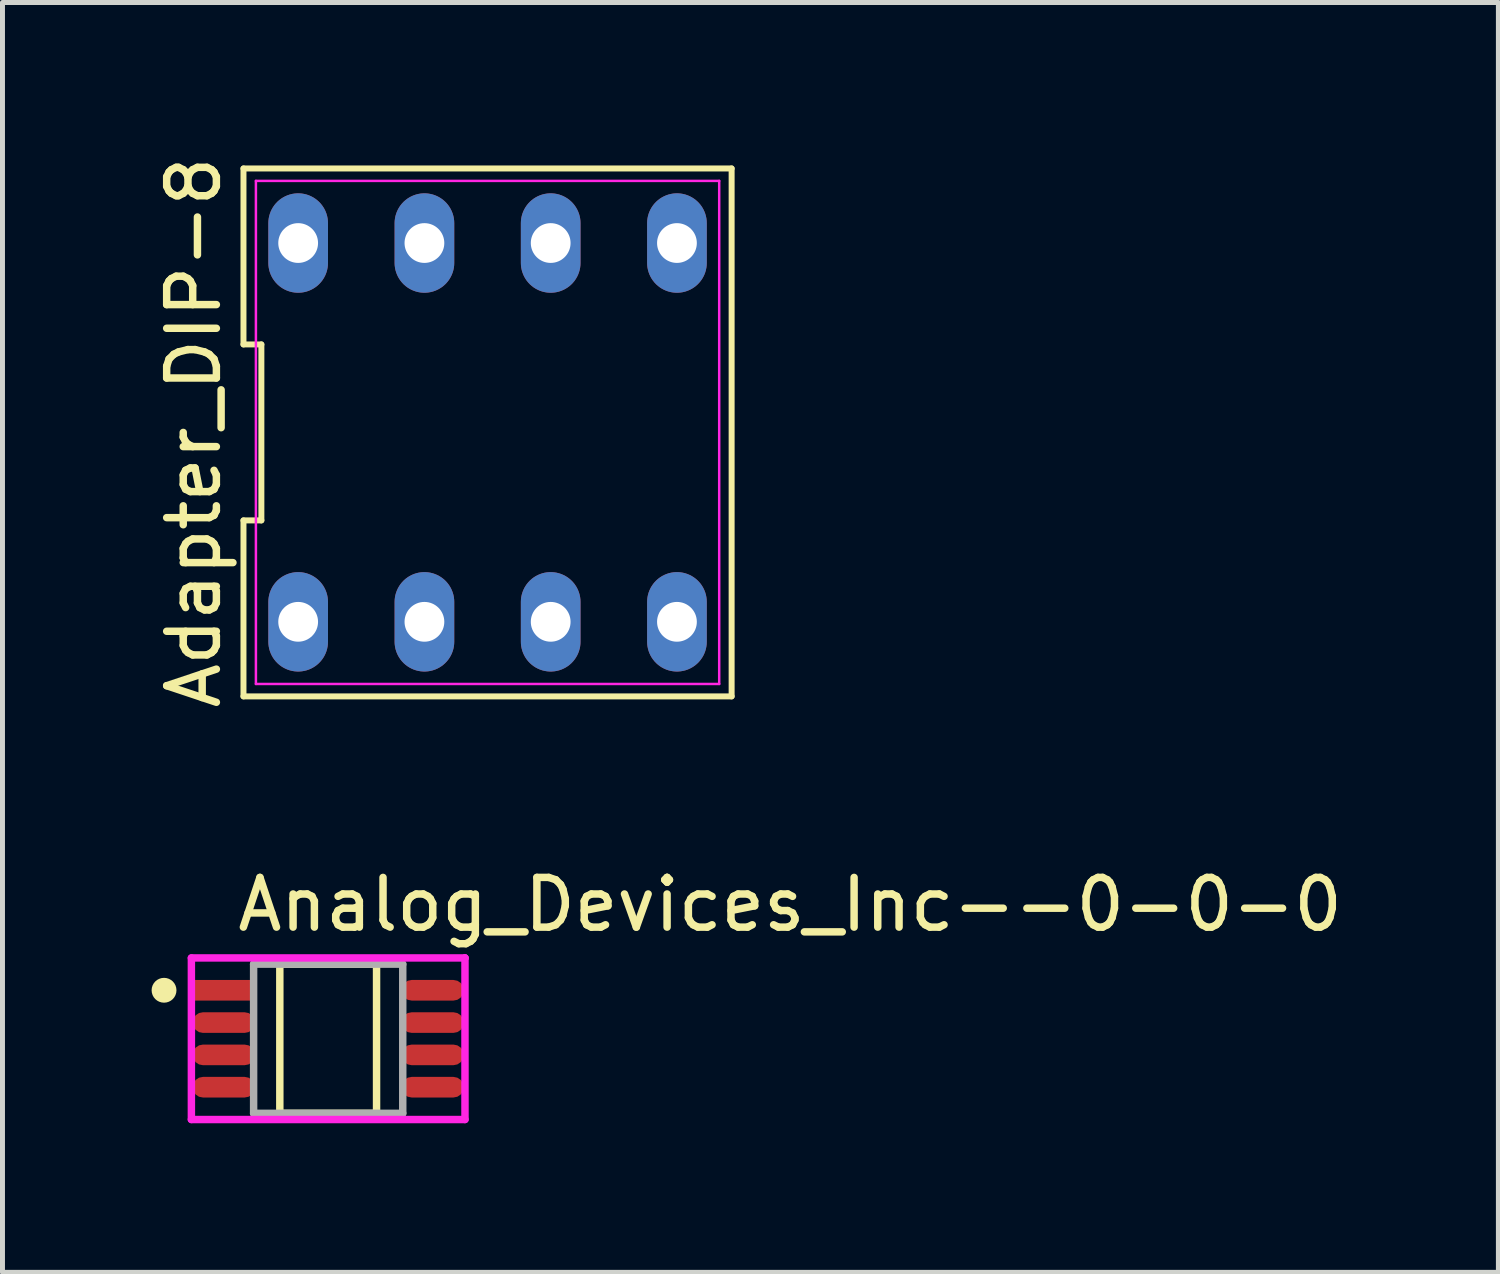
<source format=kicad_pcb>
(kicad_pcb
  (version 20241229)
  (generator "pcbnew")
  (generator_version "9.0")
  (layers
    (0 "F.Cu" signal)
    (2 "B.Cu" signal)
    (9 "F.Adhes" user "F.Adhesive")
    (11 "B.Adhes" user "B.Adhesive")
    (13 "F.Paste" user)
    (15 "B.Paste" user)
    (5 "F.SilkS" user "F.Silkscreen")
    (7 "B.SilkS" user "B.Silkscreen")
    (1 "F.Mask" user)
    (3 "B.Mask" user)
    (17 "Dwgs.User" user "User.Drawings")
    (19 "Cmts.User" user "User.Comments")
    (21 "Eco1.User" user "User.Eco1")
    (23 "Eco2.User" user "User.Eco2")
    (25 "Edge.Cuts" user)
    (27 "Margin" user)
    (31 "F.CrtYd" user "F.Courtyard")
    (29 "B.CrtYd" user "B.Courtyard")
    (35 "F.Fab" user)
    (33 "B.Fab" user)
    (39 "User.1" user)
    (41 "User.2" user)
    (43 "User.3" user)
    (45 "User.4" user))
  (footprint "Adapter_DIP-8"
    (layer "F.Cu")
    (at 6.758 5.649)
    (property "Reference" "Adapter_DIP-8" (at -5.91 0 90) (layer "F.SilkS") (effects (font (size 1 1) (thickness 0.15))))
    (attr through_hole)
    (fp_line (start -4.91 -5.31) (end -4.91 -1.77) (stroke (width 0.12) (type solid)) (layer "F.SilkS"))
    (fp_line (start -4.91 -1.77) (end -4.55 -1.77) (stroke (width 0.12) (type solid)) (layer "F.SilkS"))
    (fp_line (start -4.91 1.77) (end -4.91 5.31) (stroke (width 0.12) (type solid)) (layer "F.SilkS"))
    (fp_line (start -4.91 5.31) (end 4.91 5.31) (stroke (width 0.12) (type solid)) (layer "F.SilkS"))
    (fp_line (start -4.55 -1.77) (end -4.55 1.77) (stroke (width 0.12) (type solid)) (layer "F.SilkS"))
    (fp_line (start -4.55 1.77) (end -4.91 1.77) (stroke (width 0.12) (type solid)) (layer "F.SilkS"))
    (fp_line (start 4.91 -5.31) (end -4.91 -5.31) (stroke (width 0.12) (type solid)) (layer "F.SilkS"))
    (fp_line (start 4.91 5.31) (end 4.91 -5.31) (stroke (width 0.12) (type solid)) (layer "F.SilkS"))
    (fp_line (start -4.66 -5.06) (end 4.66 -5.06) (stroke (width 0.05) (type solid)) (layer "F.CrtYd"))
    (fp_line (start -4.66 5.06) (end -4.66 -5.06) (stroke (width 0.05) (type solid)) (layer "F.CrtYd"))
    (fp_line (start 4.66 -5.06) (end 4.66 5.06) (stroke (width 0.05) (type solid)) (layer "F.CrtYd"))
    (fp_line (start 4.66 5.06) (end -4.66 5.06) (stroke (width 0.05) (type solid)) (layer "F.CrtYd"))
    (pad "1" thru_hole oval (at -3.81 3.81) (size 1.2 2) (drill 0.8) (layers "*.Cu" "*.Mask"))
    (pad "2" thru_hole oval (at -1.27 3.81) (size 1.2 2) (drill 0.8) (layers "*.Cu" "*.Mask"))
    (pad "3" thru_hole oval (at 1.27 3.81) (size 1.2 2) (drill 0.8) (layers "*.Cu" "*.Mask"))
    (pad "4" thru_hole oval (at 3.81 3.81) (size 1.2 2) (drill 0.8) (layers "*.Cu" "*.Mask"))
    (pad "5" thru_hole oval (at 3.81 -3.81) (size 1.2 2) (drill 0.8) (layers "*.Cu" "*.Mask"))
    (pad "6" thru_hole oval (at 1.27 -3.81) (size 1.2 2) (drill 0.8) (layers "*.Cu" "*.Mask"))
    (pad "7" thru_hole oval (at -1.27 -3.81) (size 1.2 2) (drill 0.8) (layers "*.Cu" "*.Mask"))
    (pad "8" thru_hole oval (at -3.81 -3.81) (size 1.2 2) (drill 0.8) (layers "*.Cu" "*.Mask")))
  (footprint "Analog_Devices_Inc--0-0-0"
    (layer "F.Cu")
    (at 3.552 17.846)
    (property "Reference" "Analog_Devices_Inc--0-0-0" (at -1.9 -2.7 0) (layer "F.SilkS") (effects (font (size 1 1) (thickness 0.15)) (justify left)))
    (attr through_hole)
    (fp_line (start -0.973 -1.5) (end 0.973 -1.5) (stroke (width 0.15) (type solid)) (layer "F.SilkS"))
    (fp_line (start -0.973 1.5) (end -0.973 -1.5) (stroke (width 0.15) (type solid)) (layer "F.SilkS"))
    (fp_line (start 0.973 -1.5) (end 0.973 1.5) (stroke (width 0.15) (type solid)) (layer "F.SilkS"))
    (fp_line (start 0.973 1.5) (end -0.973 1.5) (stroke (width 0.15) (type solid)) (layer "F.SilkS"))
    (fp_circle (center -3.302 -0.975) (end -3.177 -0.975) (stroke (width 0.25) (type solid)) (fill no) (layer "F.SilkS"))
    (fp_line (start -2.752 -1.625) (end -2.752 1.625) (stroke (width 0.15) (type solid)) (layer "F.CrtYd"))
    (fp_line (start -2.752 1.625) (end 2.752 1.625) (stroke (width 0.15) (type solid)) (layer "F.CrtYd"))
    (fp_line (start 2.752 -1.625) (end -2.752 -1.625) (stroke (width 0.15) (type solid)) (layer "F.CrtYd"))
    (fp_line (start 2.752 -1.625) (end 2.752 -1.625) (stroke (width 0.15) (type solid)) (layer "F.CrtYd"))
    (fp_line (start 2.752 1.625) (end 2.752 -1.625) (stroke (width 0.15) (type solid)) (layer "F.CrtYd"))
    (fp_line (start -1.5 -1.5) (end 1.5 -1.5) (stroke (width 0.15) (type solid)) (layer "F.Fab"))
    (fp_line (start -1.5 1.5) (end -1.5 -1.5) (stroke (width 0.15) (type solid)) (layer "F.Fab"))
    (fp_line (start 1.5 -1.5) (end 1.5 1.5) (stroke (width 0.15) (type solid)) (layer "F.Fab"))
    (fp_line (start 1.5 1.5) (end -1.5 1.5) (stroke (width 0.15) (type solid)) (layer "F.Fab"))
    (pad "1" smd rect (at -2.1 -0.975) (size 1.254 0.415) (layers "F.Cu" "F.Mask" "F.Paste"))
    (pad "2" smd roundrect (at -2.1 -0.325) (size 1.254 0.415) (layers "F.Cu" "F.Mask" "F.Paste") (roundrect_rratio 0.5))
    (pad "3" smd roundrect (at -2.1 0.325) (size 1.254 0.415) (layers "F.Cu" "F.Mask" "F.Paste") (roundrect_rratio 0.5))
    (pad "4" smd roundrect (at -2.1 0.975) (size 1.254 0.415) (layers "F.Cu" "F.Mask" "F.Paste") (roundrect_rratio 0.5))
    (pad "5" smd roundrect (at 2.1 0.975) (size 1.254 0.415) (layers "F.Cu" "F.Mask" "F.Paste") (roundrect_rratio 0.5))
    (pad "6" smd roundrect (at 2.1 0.325) (size 1.254 0.415) (layers "F.Cu" "F.Mask" "F.Paste") (roundrect_rratio 0.5))
    (pad "7" smd roundrect (at 2.1 -0.325) (size 1.254 0.415) (layers "F.Cu" "F.Mask" "F.Paste") (roundrect_rratio 0.5))
    (pad "8" smd roundrect (at 2.1 -0.975) (size 1.254 0.415) (layers "F.Cu" "F.Mask" "F.Paste") (roundrect_rratio 0.5)))
  (gr_rect
    (start -3 -3)
    (end 27.093 22.546)
    (stroke (width 0.1) (type default))
    (fill no)
    (layer "Edge.Cuts")))
</source>
